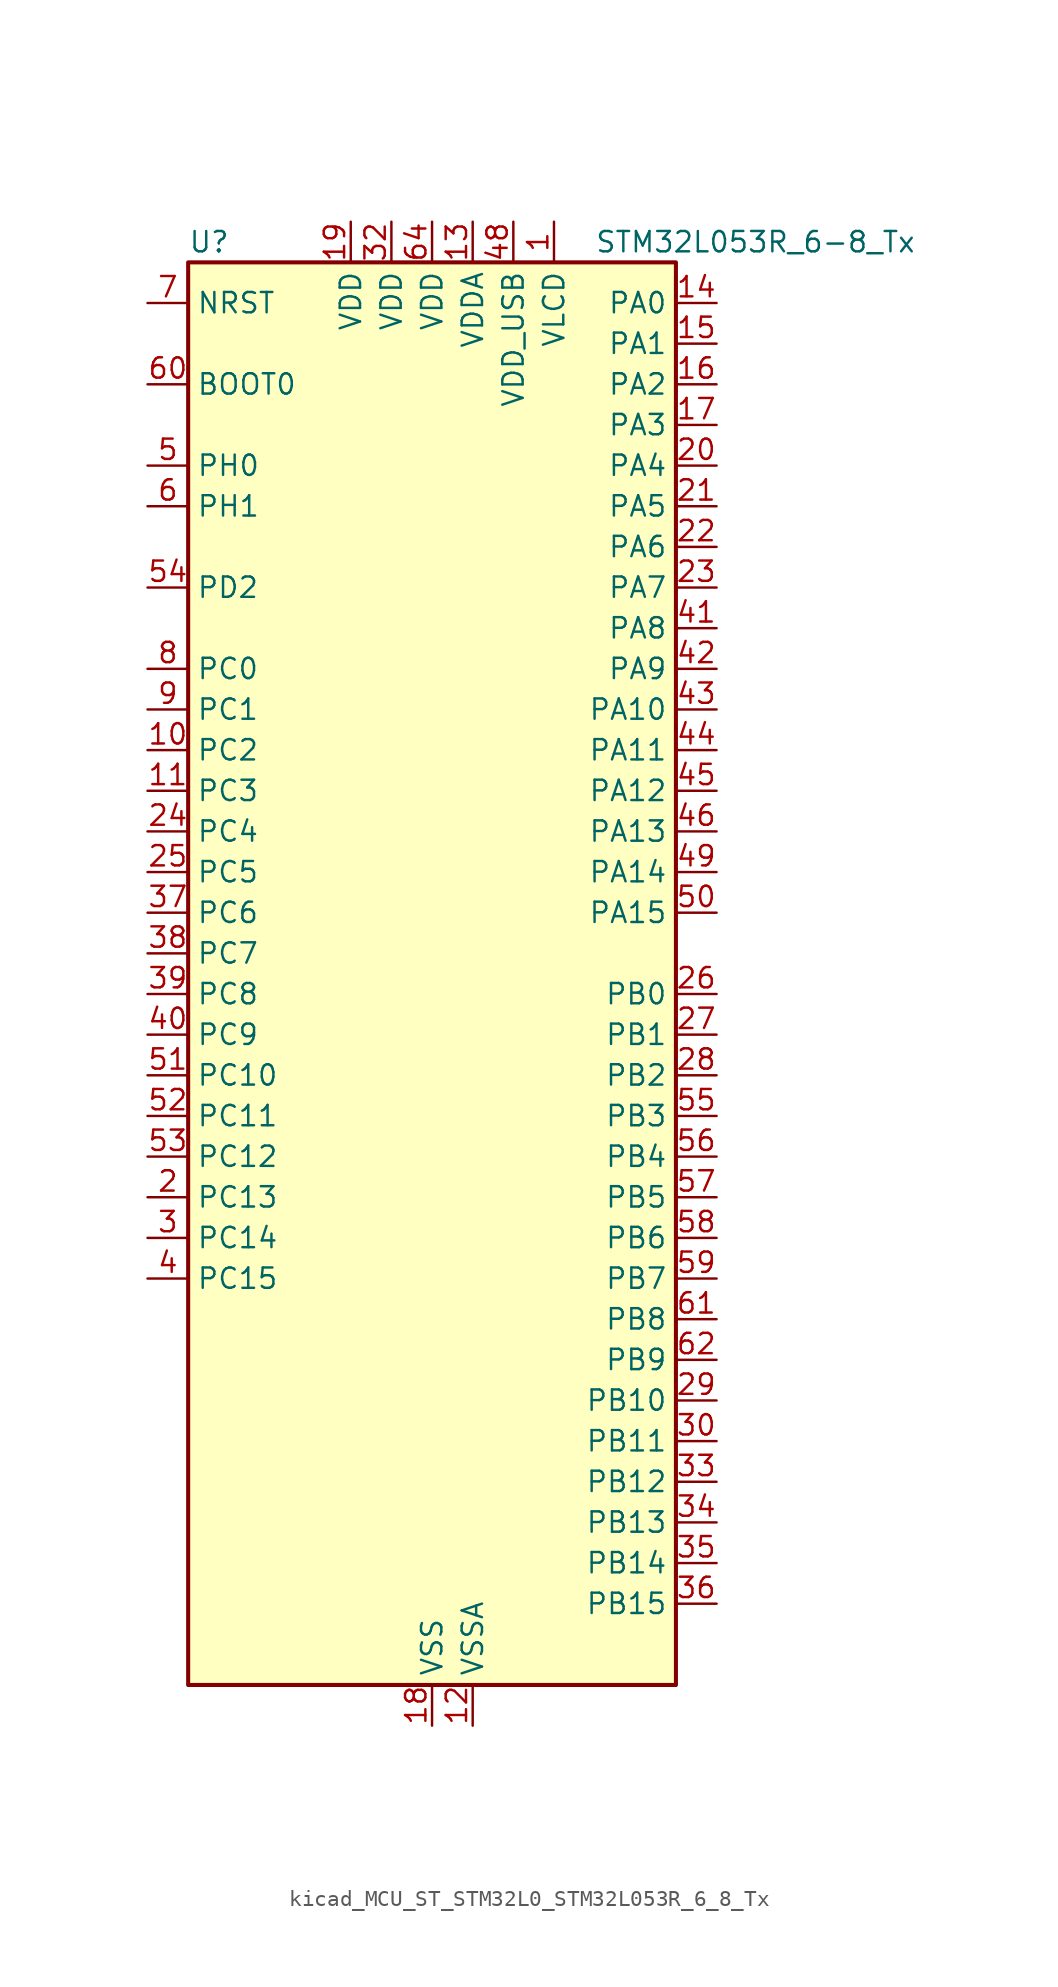
<source format=kicad_sym>
(kicad_symbol_lib
  (version 20220914)
  (generator kicad_symbol_editor)
  (symbol "kicad_MCU_ST_STM32L0_STM32L053R_6_8_Tx"
    (property "Reference" "U"
      (at -15.24 46.99 0)
      (effects (font (size 1.27 1.27)) (justify left)))
    (property "Value" "STM32L053R_6-8_Tx"
      (at 10.16 46.99 0)
      (effects (font (size 1.27 1.27)) (justify left)))
    (property "ki_locked" ""
      (at 0 0 0)
      (effects (font (size 1.27 1.27))))
    (symbol "kicad_MCU_ST_STM32L0_STM32L053R_6_8_Tx_0_1"
      (rectangle (start -15.24 -43.18) (end 15.24 45.72) (stroke (width 0.254) (type default)) (fill (type background))))
    (symbol "kicad_MCU_ST_STM32L0_STM32L053R_6_8_Tx_1_1"
      (pin power_in line (at 7.62 48.26 270) (length 2.54) (name "VLCD" (effects (font (size 1.27 1.27)))) (number "1" (effects (font (size 1.27 1.27)))))
      (pin bidirectional line (at -17.78 15.24 0) (length 2.54) (name "PC2" (effects (font (size 1.27 1.27)))) (number "10" (effects (font (size 1.27 1.27)))) (alternate "ADC_IN12" bidirectional line) (alternate "I2S2_MCK" bidirectional line) (alternate "LCD_SEG20" bidirectional line) (alternate "LPTIM1_IN2" bidirectional line) (alternate "SPI2_MISO" bidirectional line) (alternate "TSC_G7_IO3" bidirectional line))
      (pin bidirectional line (at -17.78 12.7 0) (length 2.54) (name "PC3" (effects (font (size 1.27 1.27)))) (number "11" (effects (font (size 1.27 1.27)))) (alternate "ADC_IN13" bidirectional line) (alternate "I2S2_SD" bidirectional line) (alternate "LCD_SEG21" bidirectional line) (alternate "LPTIM1_ETR" bidirectional line) (alternate "SPI2_MOSI" bidirectional line) (alternate "TSC_G7_IO4" bidirectional line))
      (pin power_in line (at 2.54 -45.72 90) (length 2.54) (name "VSSA" (effects (font (size 1.27 1.27)))) (number "12" (effects (font (size 1.27 1.27)))))
      (pin power_in line (at 2.54 48.26 270) (length 2.54) (name "VDDA" (effects (font (size 1.27 1.27)))) (number "13" (effects (font (size 1.27 1.27)))))
      (pin bidirectional line (at 17.78 43.18 180) (length 2.54) (name "PA0" (effects (font (size 1.27 1.27)))) (number "14" (effects (font (size 1.27 1.27)))) (alternate "ADC_IN0" bidirectional line) (alternate "COMP1_INM" bidirectional line) (alternate "COMP1_OUT" bidirectional line) (alternate "RTC_TAMP2" bidirectional line) (alternate "SYS_WKUP1" bidirectional line) (alternate "TIM2_CH1" bidirectional line) (alternate "TIM2_ETR" bidirectional line) (alternate "TSC_G1_IO1" bidirectional line) (alternate "USART2_CTS" bidirectional line))
      (pin bidirectional line (at 17.78 40.64 180) (length 2.54) (name "PA1" (effects (font (size 1.27 1.27)))) (number "15" (effects (font (size 1.27 1.27)))) (alternate "ADC_IN1" bidirectional line) (alternate "COMP1_INP" bidirectional line) (alternate "LCD_SEG0" bidirectional line) (alternate "TIM21_ETR" bidirectional line) (alternate "TIM2_CH2" bidirectional line) (alternate "TSC_G1_IO2" bidirectional line) (alternate "USART2_DE" bidirectional line) (alternate "USART2_RTS" bidirectional line))
      (pin bidirectional line (at 17.78 38.1 180) (length 2.54) (name "PA2" (effects (font (size 1.27 1.27)))) (number "16" (effects (font (size 1.27 1.27)))) (alternate "ADC_IN2" bidirectional line) (alternate "COMP2_INM" bidirectional line) (alternate "COMP2_OUT" bidirectional line) (alternate "LCD_SEG1" bidirectional line) (alternate "TIM21_CH1" bidirectional line) (alternate "TIM2_CH3" bidirectional line) (alternate "TSC_G1_IO3" bidirectional line) (alternate "USART2_TX" bidirectional line))
      (pin bidirectional line (at 17.78 35.56 180) (length 2.54) (name "PA3" (effects (font (size 1.27 1.27)))) (number "17" (effects (font (size 1.27 1.27)))) (alternate "ADC_IN3" bidirectional line) (alternate "COMP2_INP" bidirectional line) (alternate "LCD_SEG2" bidirectional line) (alternate "TIM21_CH2" bidirectional line) (alternate "TIM2_CH4" bidirectional line) (alternate "TSC_G1_IO4" bidirectional line) (alternate "USART2_RX" bidirectional line))
      (pin power_in line (at 0 -45.72 90) (length 2.54) (name "VSS" (effects (font (size 1.27 1.27)))) (number "18" (effects (font (size 1.27 1.27)))))
      (pin power_in line (at -5.08 48.26 270) (length 2.54) (name "VDD" (effects (font (size 1.27 1.27)))) (number "19" (effects (font (size 1.27 1.27)))))
      (pin bidirectional line (at -17.78 -12.7 0) (length 2.54) (name "PC13" (effects (font (size 1.27 1.27)))) (number "2" (effects (font (size 1.27 1.27)))) (alternate "RTC_OUT_ALARM" bidirectional line) (alternate "RTC_OUT_CALIB" bidirectional line) (alternate "RTC_TAMP1" bidirectional line) (alternate "RTC_TS" bidirectional line) (alternate "SYS_WKUP2" bidirectional line))
      (pin bidirectional line (at 17.78 33.02 180) (length 2.54) (name "PA4" (effects (font (size 1.27 1.27)))) (number "20" (effects (font (size 1.27 1.27)))) (alternate "ADC_IN4" bidirectional line) (alternate "COMP1_INM" bidirectional line) (alternate "COMP2_INM" bidirectional line) (alternate "DAC_OUT1" bidirectional line) (alternate "SPI1_NSS" bidirectional line) (alternate "TIM22_ETR" bidirectional line) (alternate "TSC_G2_IO1" bidirectional line) (alternate "USART2_CK" bidirectional line))
      (pin bidirectional line (at 17.78 30.48 180) (length 2.54) (name "PA5" (effects (font (size 1.27 1.27)))) (number "21" (effects (font (size 1.27 1.27)))) (alternate "ADC_IN5" bidirectional line) (alternate "COMP1_INM" bidirectional line) (alternate "COMP2_INM" bidirectional line) (alternate "SPI1_SCK" bidirectional line) (alternate "TIM2_CH1" bidirectional line) (alternate "TIM2_ETR" bidirectional line) (alternate "TSC_G2_IO2" bidirectional line))
      (pin bidirectional line (at 17.78 27.94 180) (length 2.54) (name "PA6" (effects (font (size 1.27 1.27)))) (number "22" (effects (font (size 1.27 1.27)))) (alternate "ADC_IN6" bidirectional line) (alternate "COMP1_OUT" bidirectional line) (alternate "LCD_SEG3" bidirectional line) (alternate "LPUART1_CTS" bidirectional line) (alternate "SPI1_MISO" bidirectional line) (alternate "TIM22_CH1" bidirectional line) (alternate "TSC_G2_IO3" bidirectional line))
      (pin bidirectional line (at 17.78 25.4 180) (length 2.54) (name "PA7" (effects (font (size 1.27 1.27)))) (number "23" (effects (font (size 1.27 1.27)))) (alternate "ADC_IN7" bidirectional line) (alternate "COMP2_OUT" bidirectional line) (alternate "LCD_SEG4" bidirectional line) (alternate "SPI1_MOSI" bidirectional line) (alternate "TIM22_CH2" bidirectional line) (alternate "TSC_G2_IO4" bidirectional line))
      (pin bidirectional line (at -17.78 10.16 0) (length 2.54) (name "PC4" (effects (font (size 1.27 1.27)))) (number "24" (effects (font (size 1.27 1.27)))) (alternate "ADC_IN14" bidirectional line) (alternate "LCD_SEG22" bidirectional line) (alternate "LPUART1_TX" bidirectional line))
      (pin bidirectional line (at -17.78 7.62 0) (length 2.54) (name "PC5" (effects (font (size 1.27 1.27)))) (number "25" (effects (font (size 1.27 1.27)))) (alternate "ADC_IN15" bidirectional line) (alternate "LCD_SEG23" bidirectional line) (alternate "LPUART1_RX" bidirectional line) (alternate "TSC_G3_IO1" bidirectional line))
      (pin bidirectional line (at 17.78 0 180) (length 2.54) (name "PB0" (effects (font (size 1.27 1.27)))) (number "26" (effects (font (size 1.27 1.27)))) (alternate "ADC_IN8" bidirectional line) (alternate "LCD_SEG5" bidirectional line) (alternate "LCD_VLCD3" bidirectional line) (alternate "SYS_VREF_OUT_PB0" bidirectional line) (alternate "TSC_G3_IO2" bidirectional line))
      (pin bidirectional line (at 17.78 -2.54 180) (length 2.54) (name "PB1" (effects (font (size 1.27 1.27)))) (number "27" (effects (font (size 1.27 1.27)))) (alternate "ADC_IN9" bidirectional line) (alternate "LCD_SEG6" bidirectional line) (alternate "LPUART1_DE" bidirectional line) (alternate "LPUART1_RTS" bidirectional line) (alternate "SYS_VREF_OUT_PB1" bidirectional line) (alternate "TSC_G3_IO3" bidirectional line))
      (pin bidirectional line (at 17.78 -5.08 180) (length 2.54) (name "PB2" (effects (font (size 1.27 1.27)))) (number "28" (effects (font (size 1.27 1.27)))) (alternate "LCD_VLCD1" bidirectional line) (alternate "LPTIM1_OUT" bidirectional line) (alternate "TSC_G3_IO4" bidirectional line))
      (pin bidirectional line (at 17.78 -25.4 180) (length 2.54) (name "PB10" (effects (font (size 1.27 1.27)))) (number "29" (effects (font (size 1.27 1.27)))) (alternate "I2C2_SCL" bidirectional line) (alternate "LCD_SEG10" bidirectional line) (alternate "LPUART1_TX" bidirectional line) (alternate "SPI2_SCK" bidirectional line) (alternate "TIM2_CH3" bidirectional line) (alternate "TSC_SYNC" bidirectional line))
      (pin bidirectional line (at -17.78 -15.24 0) (length 2.54) (name "PC14" (effects (font (size 1.27 1.27)))) (number "3" (effects (font (size 1.27 1.27)))) (alternate "RCC_OSC32_IN" bidirectional line))
      (pin bidirectional line (at 17.78 -27.94 180) (length 2.54) (name "PB11" (effects (font (size 1.27 1.27)))) (number "30" (effects (font (size 1.27 1.27)))) (alternate "ADC_EXTI11" bidirectional line) (alternate "I2C2_SDA" bidirectional line) (alternate "LCD_SEG11" bidirectional line) (alternate "LPUART1_RX" bidirectional line) (alternate "TIM2_CH4" bidirectional line) (alternate "TSC_G6_IO1" bidirectional line))
      (pin passive line (at 0 -45.72 90) (length 2.54) hide (name "VSS" (effects (font (size 1.27 1.27)))) (number "31" (effects (font (size 1.27 1.27)))))
      (pin power_in line (at -2.54 48.26 270) (length 2.54) (name "VDD" (effects (font (size 1.27 1.27)))) (number "32" (effects (font (size 1.27 1.27)))))
      (pin bidirectional line (at 17.78 -30.48 180) (length 2.54) (name "PB12" (effects (font (size 1.27 1.27)))) (number "33" (effects (font (size 1.27 1.27)))) (alternate "I2S2_WS" bidirectional line) (alternate "LCD_SEG12" bidirectional line) (alternate "LCD_VLCD2" bidirectional line) (alternate "LPUART1_DE" bidirectional line) (alternate "LPUART1_RTS" bidirectional line) (alternate "SPI2_NSS" bidirectional line) (alternate "TSC_G6_IO2" bidirectional line))
      (pin bidirectional line (at 17.78 -33.02 180) (length 2.54) (name "PB13" (effects (font (size 1.27 1.27)))) (number "34" (effects (font (size 1.27 1.27)))) (alternate "I2C2_SCL" bidirectional line) (alternate "I2S2_CK" bidirectional line) (alternate "LCD_SEG13" bidirectional line) (alternate "LPUART1_CTS" bidirectional line) (alternate "SPI2_SCK" bidirectional line) (alternate "TIM21_CH1" bidirectional line) (alternate "TSC_G6_IO3" bidirectional line))
      (pin bidirectional line (at 17.78 -35.56 180) (length 2.54) (name "PB14" (effects (font (size 1.27 1.27)))) (number "35" (effects (font (size 1.27 1.27)))) (alternate "I2C2_SDA" bidirectional line) (alternate "I2S2_MCK" bidirectional line) (alternate "LCD_SEG14" bidirectional line) (alternate "LPUART1_DE" bidirectional line) (alternate "LPUART1_RTS" bidirectional line) (alternate "RTC_OUT_ALARM" bidirectional line) (alternate "RTC_OUT_CALIB" bidirectional line) (alternate "SPI2_MISO" bidirectional line) (alternate "TIM21_CH2" bidirectional line) (alternate "TSC_G6_IO4" bidirectional line))
      (pin bidirectional line (at 17.78 -38.1 180) (length 2.54) (name "PB15" (effects (font (size 1.27 1.27)))) (number "36" (effects (font (size 1.27 1.27)))) (alternate "I2S2_SD" bidirectional line) (alternate "LCD_SEG15" bidirectional line) (alternate "RTC_REFIN" bidirectional line) (alternate "SPI2_MOSI" bidirectional line))
      (pin bidirectional line (at -17.78 5.08 0) (length 2.54) (name "PC6" (effects (font (size 1.27 1.27)))) (number "37" (effects (font (size 1.27 1.27)))) (alternate "LCD_SEG24" bidirectional line) (alternate "TIM22_CH1" bidirectional line) (alternate "TSC_G8_IO1" bidirectional line))
      (pin bidirectional line (at -17.78 2.54 0) (length 2.54) (name "PC7" (effects (font (size 1.27 1.27)))) (number "38" (effects (font (size 1.27 1.27)))) (alternate "LCD_SEG25" bidirectional line) (alternate "TIM22_CH2" bidirectional line) (alternate "TSC_G8_IO2" bidirectional line))
      (pin bidirectional line (at -17.78 0 0) (length 2.54) (name "PC8" (effects (font (size 1.27 1.27)))) (number "39" (effects (font (size 1.27 1.27)))) (alternate "LCD_SEG26" bidirectional line) (alternate "TIM22_ETR" bidirectional line) (alternate "TSC_G8_IO3" bidirectional line))
      (pin bidirectional line (at -17.78 -17.78 0) (length 2.54) (name "PC15" (effects (font (size 1.27 1.27)))) (number "4" (effects (font (size 1.27 1.27)))) (alternate "RCC_OSC32_OUT" bidirectional line))
      (pin bidirectional line (at -17.78 -2.54 0) (length 2.54) (name "PC9" (effects (font (size 1.27 1.27)))) (number "40" (effects (font (size 1.27 1.27)))) (alternate "DAC_EXTI9" bidirectional line) (alternate "LCD_SEG27" bidirectional line) (alternate "TIM21_ETR" bidirectional line) (alternate "TSC_G8_IO4" bidirectional line) (alternate "USB_NOE" bidirectional line))
      (pin bidirectional line (at 17.78 22.86 180) (length 2.54) (name "PA8" (effects (font (size 1.27 1.27)))) (number "41" (effects (font (size 1.27 1.27)))) (alternate "CRS_SYNC" bidirectional line) (alternate "LCD_COM0" bidirectional line) (alternate "RCC_MCO" bidirectional line) (alternate "USART1_CK" bidirectional line))
      (pin bidirectional line (at 17.78 20.32 180) (length 2.54) (name "PA9" (effects (font (size 1.27 1.27)))) (number "42" (effects (font (size 1.27 1.27)))) (alternate "DAC_EXTI9" bidirectional line) (alternate "LCD_COM1" bidirectional line) (alternate "RCC_MCO" bidirectional line) (alternate "TSC_G4_IO1" bidirectional line) (alternate "USART1_TX" bidirectional line))
      (pin bidirectional line (at 17.78 17.78 180) (length 2.54) (name "PA10" (effects (font (size 1.27 1.27)))) (number "43" (effects (font (size 1.27 1.27)))) (alternate "LCD_COM2" bidirectional line) (alternate "TSC_G4_IO2" bidirectional line) (alternate "USART1_RX" bidirectional line))
      (pin bidirectional line (at 17.78 15.24 180) (length 2.54) (name "PA11" (effects (font (size 1.27 1.27)))) (number "44" (effects (font (size 1.27 1.27)))) (alternate "ADC_EXTI11" bidirectional line) (alternate "COMP1_OUT" bidirectional line) (alternate "SPI1_MISO" bidirectional line) (alternate "TSC_G4_IO3" bidirectional line) (alternate "USART1_CTS" bidirectional line) (alternate "USB_DM" bidirectional line))
      (pin bidirectional line (at 17.78 12.7 180) (length 2.54) (name "PA12" (effects (font (size 1.27 1.27)))) (number "45" (effects (font (size 1.27 1.27)))) (alternate "COMP2_OUT" bidirectional line) (alternate "SPI1_MOSI" bidirectional line) (alternate "TSC_G4_IO4" bidirectional line) (alternate "USART1_DE" bidirectional line) (alternate "USART1_RTS" bidirectional line) (alternate "USB_DP" bidirectional line))
      (pin bidirectional line (at 17.78 10.16 180) (length 2.54) (name "PA13" (effects (font (size 1.27 1.27)))) (number "46" (effects (font (size 1.27 1.27)))) (alternate "SYS_SWDIO" bidirectional line) (alternate "USB_NOE" bidirectional line))
      (pin passive line (at 0 -45.72 90) (length 2.54) hide (name "VSS" (effects (font (size 1.27 1.27)))) (number "47" (effects (font (size 1.27 1.27)))))
      (pin power_in line (at 5.08 48.26 270) (length 2.54) (name "VDD_USB" (effects (font (size 1.27 1.27)))) (number "48" (effects (font (size 1.27 1.27)))))
      (pin bidirectional line (at 17.78 7.62 180) (length 2.54) (name "PA14" (effects (font (size 1.27 1.27)))) (number "49" (effects (font (size 1.27 1.27)))) (alternate "SYS_SWCLK" bidirectional line) (alternate "USART2_TX" bidirectional line))
      (pin bidirectional line (at -17.78 33.02 0) (length 2.54) (name "PH0" (effects (font (size 1.27 1.27)))) (number "5" (effects (font (size 1.27 1.27)))) (alternate "CRS_SYNC" bidirectional line) (alternate "RCC_OSC_IN" bidirectional line))
      (pin bidirectional line (at 17.78 5.08 180) (length 2.54) (name "PA15" (effects (font (size 1.27 1.27)))) (number "50" (effects (font (size 1.27 1.27)))) (alternate "LCD_SEG17" bidirectional line) (alternate "SPI1_NSS" bidirectional line) (alternate "TIM2_CH1" bidirectional line) (alternate "TIM2_ETR" bidirectional line) (alternate "USART2_RX" bidirectional line))
      (pin bidirectional line (at -17.78 -5.08 0) (length 2.54) (name "PC10" (effects (font (size 1.27 1.27)))) (number "51" (effects (font (size 1.27 1.27)))) (alternate "LCD_COM4" bidirectional line) (alternate "LCD_SEG28" bidirectional line) (alternate "LPUART1_TX" bidirectional line))
      (pin bidirectional line (at -17.78 -7.62 0) (length 2.54) (name "PC11" (effects (font (size 1.27 1.27)))) (number "52" (effects (font (size 1.27 1.27)))) (alternate "ADC_EXTI11" bidirectional line) (alternate "LCD_COM5" bidirectional line) (alternate "LCD_SEG29" bidirectional line) (alternate "LPUART1_RX" bidirectional line))
      (pin bidirectional line (at -17.78 -10.16 0) (length 2.54) (name "PC12" (effects (font (size 1.27 1.27)))) (number "53" (effects (font (size 1.27 1.27)))) (alternate "LCD_COM6" bidirectional line) (alternate "LCD_SEG30" bidirectional line))
      (pin bidirectional line (at -17.78 25.4 0) (length 2.54) (name "PD2" (effects (font (size 1.27 1.27)))) (number "54" (effects (font (size 1.27 1.27)))) (alternate "LCD_COM7" bidirectional line) (alternate "LCD_SEG31" bidirectional line) (alternate "LPUART1_DE" bidirectional line) (alternate "LPUART1_RTS" bidirectional line))
      (pin bidirectional line (at 17.78 -7.62 180) (length 2.54) (name "PB3" (effects (font (size 1.27 1.27)))) (number "55" (effects (font (size 1.27 1.27)))) (alternate "COMP2_INM" bidirectional line) (alternate "LCD_SEG7" bidirectional line) (alternate "SPI1_SCK" bidirectional line) (alternate "TIM2_CH2" bidirectional line) (alternate "TSC_G5_IO1" bidirectional line))
      (pin bidirectional line (at 17.78 -10.16 180) (length 2.54) (name "PB4" (effects (font (size 1.27 1.27)))) (number "56" (effects (font (size 1.27 1.27)))) (alternate "COMP2_INP" bidirectional line) (alternate "LCD_SEG8" bidirectional line) (alternate "SPI1_MISO" bidirectional line) (alternate "TIM22_CH1" bidirectional line) (alternate "TSC_G5_IO2" bidirectional line))
      (pin bidirectional line (at 17.78 -12.7 180) (length 2.54) (name "PB5" (effects (font (size 1.27 1.27)))) (number "57" (effects (font (size 1.27 1.27)))) (alternate "COMP2_INP" bidirectional line) (alternate "I2C1_SMBA" bidirectional line) (alternate "LCD_SEG9" bidirectional line) (alternate "LPTIM1_IN1" bidirectional line) (alternate "SPI1_MOSI" bidirectional line) (alternate "TIM22_CH2" bidirectional line))
      (pin bidirectional line (at 17.78 -15.24 180) (length 2.54) (name "PB6" (effects (font (size 1.27 1.27)))) (number "58" (effects (font (size 1.27 1.27)))) (alternate "COMP2_INP" bidirectional line) (alternate "I2C1_SCL" bidirectional line) (alternate "LPTIM1_ETR" bidirectional line) (alternate "TSC_G5_IO3" bidirectional line) (alternate "USART1_TX" bidirectional line))
      (pin bidirectional line (at 17.78 -17.78 180) (length 2.54) (name "PB7" (effects (font (size 1.27 1.27)))) (number "59" (effects (font (size 1.27 1.27)))) (alternate "COMP2_INP" bidirectional line) (alternate "I2C1_SDA" bidirectional line) (alternate "LPTIM1_IN2" bidirectional line) (alternate "SYS_PVD_IN" bidirectional line) (alternate "TSC_G5_IO4" bidirectional line) (alternate "USART1_RX" bidirectional line))
      (pin bidirectional line (at -17.78 30.48 0) (length 2.54) (name "PH1" (effects (font (size 1.27 1.27)))) (number "6" (effects (font (size 1.27 1.27)))) (alternate "RCC_OSC_OUT" bidirectional line))
      (pin input line (at -17.78 38.1 0) (length 2.54) (name "BOOT0" (effects (font (size 1.27 1.27)))) (number "60" (effects (font (size 1.27 1.27)))))
      (pin bidirectional line (at 17.78 -20.32 180) (length 2.54) (name "PB8" (effects (font (size 1.27 1.27)))) (number "61" (effects (font (size 1.27 1.27)))) (alternate "I2C1_SCL" bidirectional line) (alternate "LCD_SEG16" bidirectional line) (alternate "TSC_SYNC" bidirectional line))
      (pin bidirectional line (at 17.78 -22.86 180) (length 2.54) (name "PB9" (effects (font (size 1.27 1.27)))) (number "62" (effects (font (size 1.27 1.27)))) (alternate "DAC_EXTI9" bidirectional line) (alternate "I2C1_SDA" bidirectional line) (alternate "I2S2_WS" bidirectional line) (alternate "LCD_COM3" bidirectional line) (alternate "SPI2_NSS" bidirectional line))
      (pin passive line (at 0 -45.72 90) (length 2.54) hide (name "VSS" (effects (font (size 1.27 1.27)))) (number "63" (effects (font (size 1.27 1.27)))))
      (pin power_in line (at 0 48.26 270) (length 2.54) (name "VDD" (effects (font (size 1.27 1.27)))) (number "64" (effects (font (size 1.27 1.27)))))
      (pin input line (at -17.78 43.18 0) (length 2.54) (name "NRST" (effects (font (size 1.27 1.27)))) (number "7" (effects (font (size 1.27 1.27)))))
      (pin bidirectional line (at -17.78 20.32 0) (length 2.54) (name "PC0" (effects (font (size 1.27 1.27)))) (number "8" (effects (font (size 1.27 1.27)))) (alternate "ADC_IN10" bidirectional line) (alternate "LCD_SEG18" bidirectional line) (alternate "LPTIM1_IN1" bidirectional line) (alternate "TSC_G7_IO1" bidirectional line))
      (pin bidirectional line (at -17.78 17.78 0) (length 2.54) (name "PC1" (effects (font (size 1.27 1.27)))) (number "9" (effects (font (size 1.27 1.27)))) (alternate "ADC_IN11" bidirectional line) (alternate "LCD_SEG19" bidirectional line) (alternate "LPTIM1_OUT" bidirectional line) (alternate "TSC_G7_IO2" bidirectional line)))))
</source>
